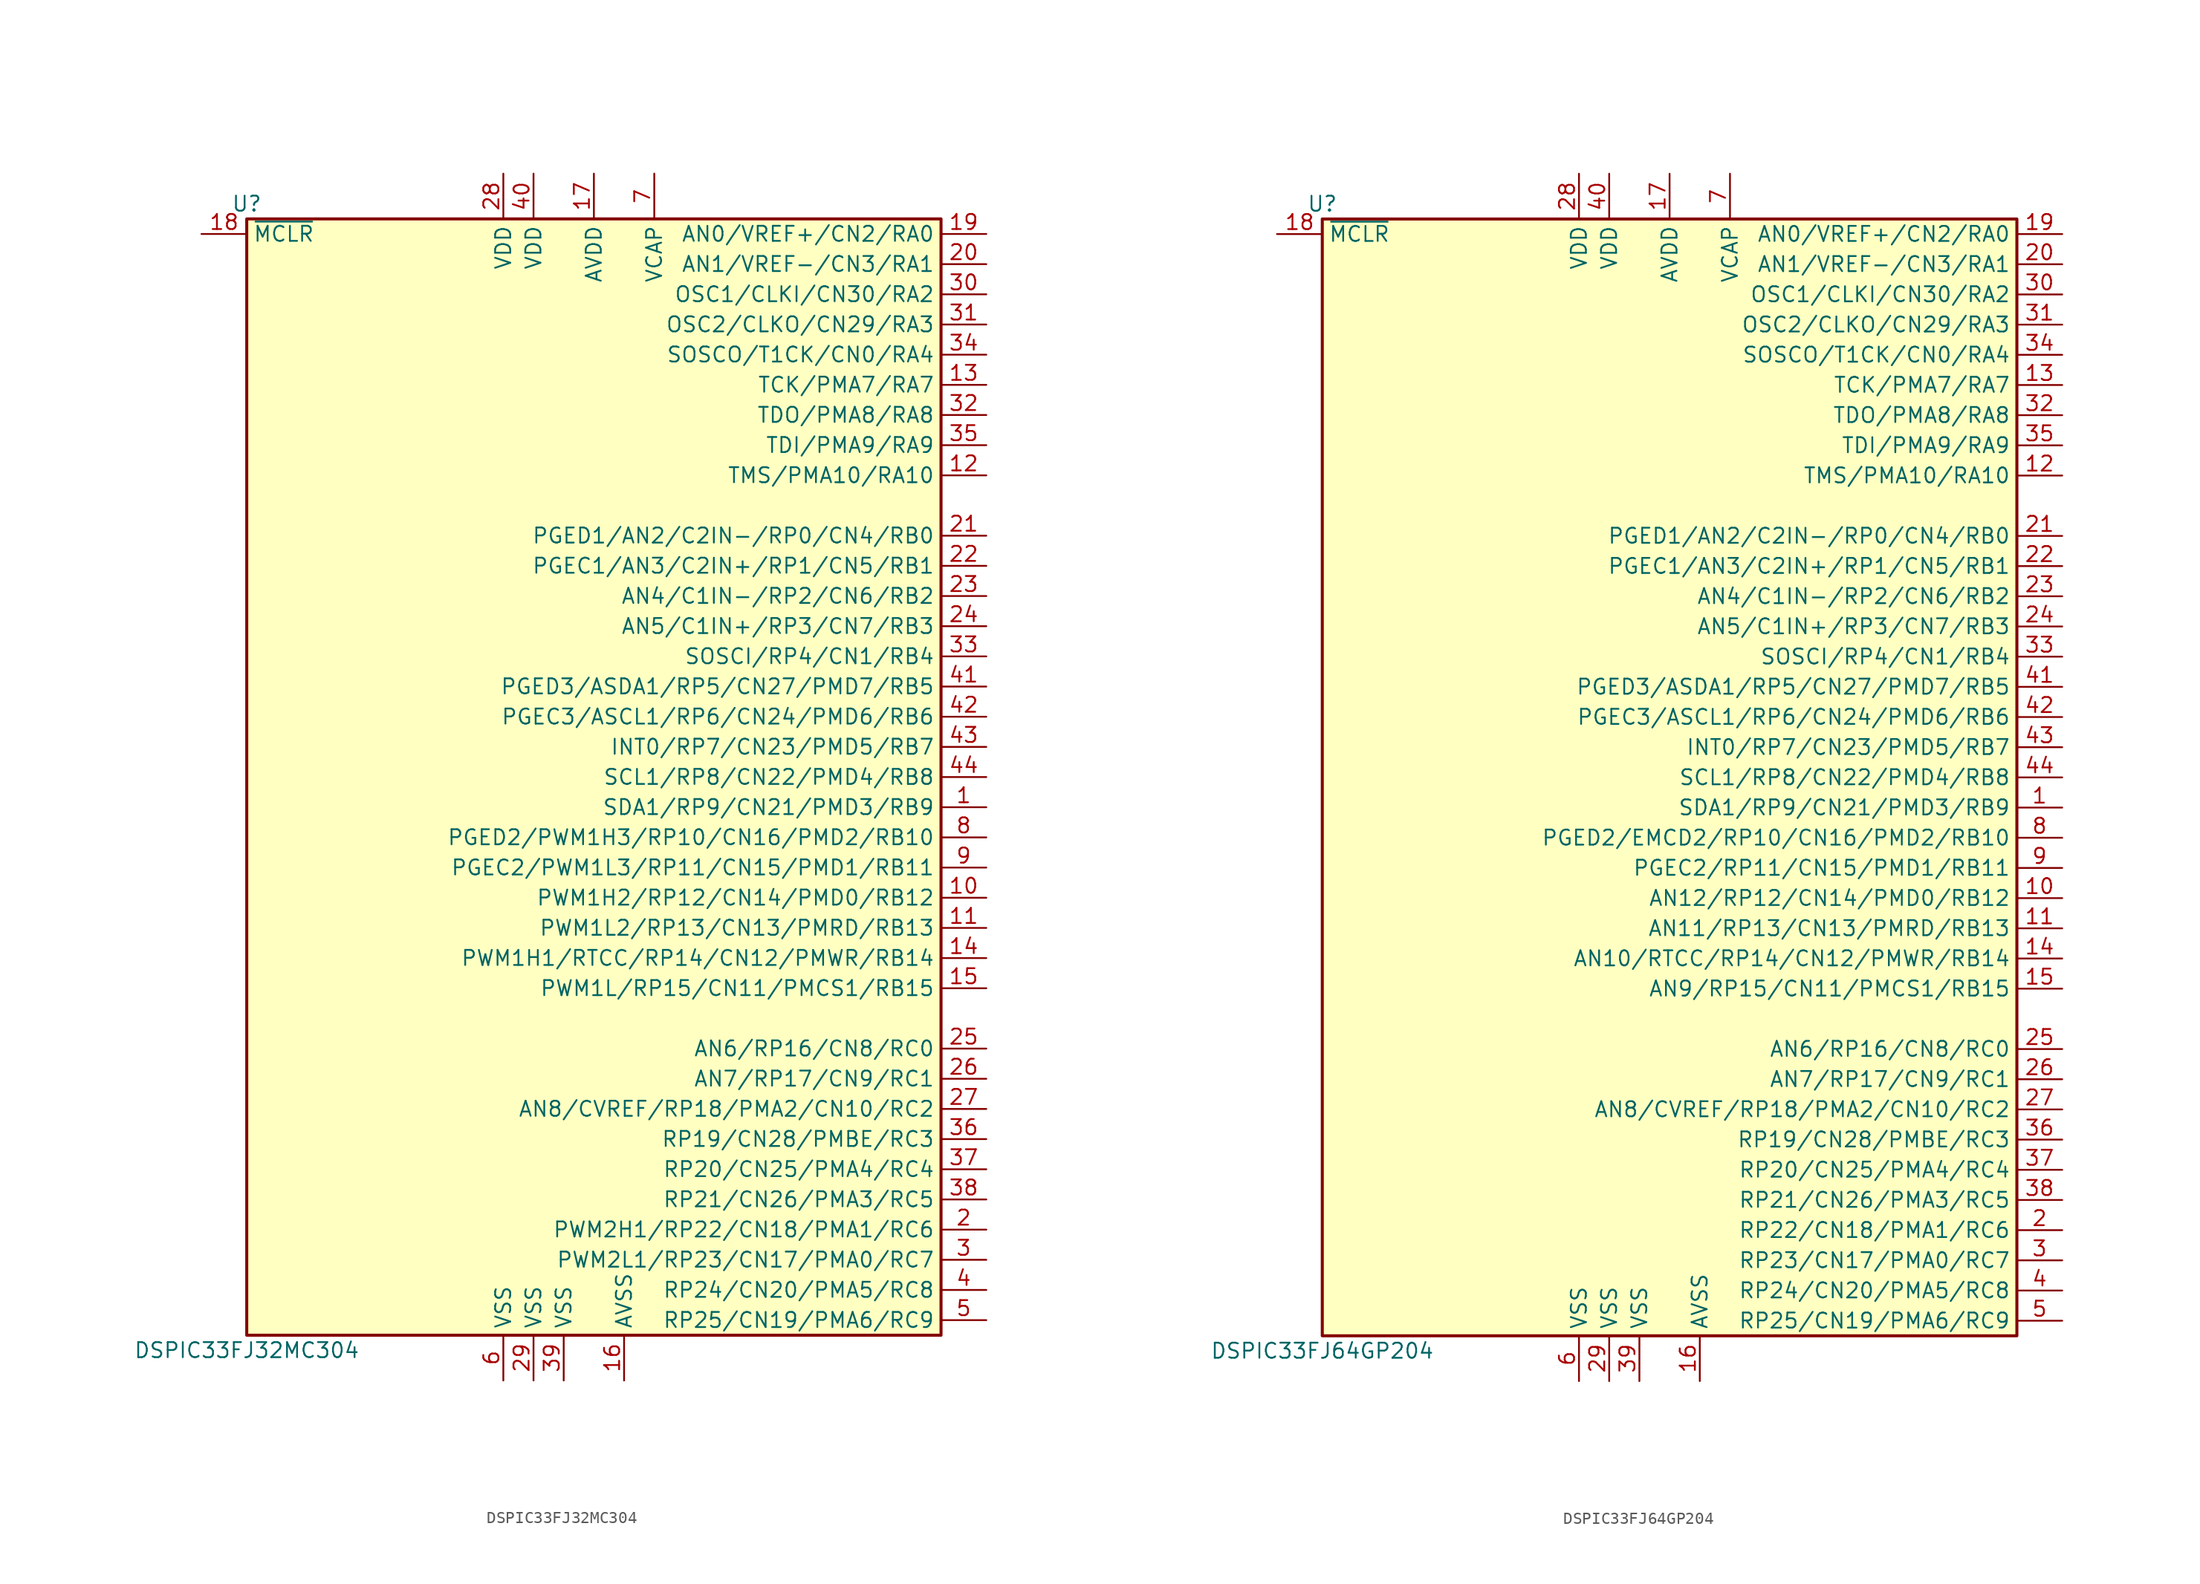
<source format=kicad_sym>
(kicad_symbol_lib
  (version 20211014)
  (generator kicad_symbol_editor)
  (symbol "DSPIC33FJ32MC304"
    (property "Reference" "U"
      (at -29.21 48.26 0)
      (effects (font (size 1.27 1.27))))
    (property "Value" "DSPIC33FJ32MC304"
      (at -29.21 -48.26 0)
      (effects (font (size 1.27 1.27))))
    (symbol "DSPIC33FJ32MC304_1_1"
      (rectangle (start -29.21 46.99) (end 29.21 -46.99) (stroke (width 0.254) (type default) (color 0 0 0 0)) (fill (type background)))
      (pin bidirectional line (at 33.02 -2.54 180) (length 3.81) (name "SDA1/RP9/CN21/PMD3/RB9" (effects (font (size 1.27 1.27)))) (number "1" (effects (font (size 1.27 1.27)))))
      (pin bidirectional line (at 33.02 -10.16 180) (length 3.81) (name "PWM1H2/RP12/CN14/PMD0/RB12" (effects (font (size 1.27 1.27)))) (number "10" (effects (font (size 1.27 1.27)))))
      (pin bidirectional line (at 33.02 -12.7 180) (length 3.81) (name "PWM1L2/RP13/CN13/PMRD/RB13" (effects (font (size 1.27 1.27)))) (number "11" (effects (font (size 1.27 1.27)))))
      (pin bidirectional line (at 33.02 25.4 180) (length 3.81) (name "TMS/PMA10/RA10" (effects (font (size 1.27 1.27)))) (number "12" (effects (font (size 1.27 1.27)))))
      (pin bidirectional line (at 33.02 33.02 180) (length 3.81) (name "TCK/PMA7/RA7" (effects (font (size 1.27 1.27)))) (number "13" (effects (font (size 1.27 1.27)))))
      (pin bidirectional line (at 33.02 -15.24 180) (length 3.81) (name "PWM1H1/RTCC/RP14/CN12/PMWR/RB14" (effects (font (size 1.27 1.27)))) (number "14" (effects (font (size 1.27 1.27)))))
      (pin bidirectional line (at 33.02 -17.78 180) (length 3.81) (name "PWM1L/RP15/CN11/PMCS1/RB15" (effects (font (size 1.27 1.27)))) (number "15" (effects (font (size 1.27 1.27)))))
      (pin power_in line (at 2.54 -50.8 90) (length 3.81) (name "AVSS" (effects (font (size 1.27 1.27)))) (number "16" (effects (font (size 1.27 1.27)))))
      (pin power_in line (at 0 50.8 270) (length 3.81) (name "AVDD" (effects (font (size 1.27 1.27)))) (number "17" (effects (font (size 1.27 1.27)))))
      (pin input line (at -33.02 45.72 0) (length 3.81) (name "~{MCLR}" (effects (font (size 1.27 1.27)))) (number "18" (effects (font (size 1.27 1.27)))))
      (pin bidirectional line (at 33.02 45.72 180) (length 3.81) (name "AN0/VREF+/CN2/RA0" (effects (font (size 1.27 1.27)))) (number "19" (effects (font (size 1.27 1.27)))))
      (pin bidirectional line (at 33.02 -38.1 180) (length 3.81) (name "PWM2H1/RP22/CN18/PMA1/RC6" (effects (font (size 1.27 1.27)))) (number "2" (effects (font (size 1.27 1.27)))))
      (pin bidirectional line (at 33.02 43.18 180) (length 3.81) (name "AN1/VREF-/CN3/RA1" (effects (font (size 1.27 1.27)))) (number "20" (effects (font (size 1.27 1.27)))))
      (pin bidirectional line (at 33.02 20.32 180) (length 3.81) (name "PGED1/AN2/C2IN-/RP0/CN4/RB0" (effects (font (size 1.27 1.27)))) (number "21" (effects (font (size 1.27 1.27)))))
      (pin bidirectional line (at 33.02 17.78 180) (length 3.81) (name "PGEC1/AN3/C2IN+/RP1/CN5/RB1" (effects (font (size 1.27 1.27)))) (number "22" (effects (font (size 1.27 1.27)))))
      (pin bidirectional line (at 33.02 15.24 180) (length 3.81) (name "AN4/C1IN-/RP2/CN6/RB2" (effects (font (size 1.27 1.27)))) (number "23" (effects (font (size 1.27 1.27)))))
      (pin bidirectional line (at 33.02 12.7 180) (length 3.81) (name "AN5/C1IN+/RP3/CN7/RB3" (effects (font (size 1.27 1.27)))) (number "24" (effects (font (size 1.27 1.27)))))
      (pin bidirectional line (at 33.02 -22.86 180) (length 3.81) (name "AN6/RP16/CN8/RC0" (effects (font (size 1.27 1.27)))) (number "25" (effects (font (size 1.27 1.27)))))
      (pin bidirectional line (at 33.02 -25.4 180) (length 3.81) (name "AN7/RP17/CN9/RC1" (effects (font (size 1.27 1.27)))) (number "26" (effects (font (size 1.27 1.27)))))
      (pin bidirectional line (at 33.02 -27.94 180) (length 3.81) (name "AN8/CVREF/RP18/PMA2/CN10/RC2" (effects (font (size 1.27 1.27)))) (number "27" (effects (font (size 1.27 1.27)))))
      (pin power_in line (at -7.62 50.8 270) (length 3.81) (name "VDD" (effects (font (size 1.27 1.27)))) (number "28" (effects (font (size 1.27 1.27)))))
      (pin power_in line (at -5.08 -50.8 90) (length 3.81) (name "VSS" (effects (font (size 1.27 1.27)))) (number "29" (effects (font (size 1.27 1.27)))))
      (pin bidirectional line (at 33.02 -40.64 180) (length 3.81) (name "PWM2L1/RP23/CN17/PMA0/RC7" (effects (font (size 1.27 1.27)))) (number "3" (effects (font (size 1.27 1.27)))))
      (pin input line (at 33.02 40.64 180) (length 3.81) (name "OSC1/CLKI/CN30/RA2" (effects (font (size 1.27 1.27)))) (number "30" (effects (font (size 1.27 1.27)))))
      (pin input line (at 33.02 38.1 180) (length 3.81) (name "OSC2/CLKO/CN29/RA3" (effects (font (size 1.27 1.27)))) (number "31" (effects (font (size 1.27 1.27)))))
      (pin input line (at 33.02 30.48 180) (length 3.81) (name "TDO/PMA8/RA8" (effects (font (size 1.27 1.27)))) (number "32" (effects (font (size 1.27 1.27)))))
      (pin input line (at 33.02 10.16 180) (length 3.81) (name "SOSCI/RP4/CN1/RB4" (effects (font (size 1.27 1.27)))) (number "33" (effects (font (size 1.27 1.27)))))
      (pin input line (at 33.02 35.56 180) (length 3.81) (name "SOSCO/T1CK/CN0/RA4" (effects (font (size 1.27 1.27)))) (number "34" (effects (font (size 1.27 1.27)))))
      (pin input line (at 33.02 27.94 180) (length 3.81) (name "TDI/PMA9/RA9" (effects (font (size 1.27 1.27)))) (number "35" (effects (font (size 1.27 1.27)))))
      (pin input line (at 33.02 -30.48 180) (length 3.81) (name "RP19/CN28/PMBE/RC3" (effects (font (size 1.27 1.27)))) (number "36" (effects (font (size 1.27 1.27)))))
      (pin input line (at 33.02 -33.02 180) (length 3.81) (name "RP20/CN25/PMA4/RC4" (effects (font (size 1.27 1.27)))) (number "37" (effects (font (size 1.27 1.27)))))
      (pin input line (at 33.02 -35.56 180) (length 3.81) (name "RP21/CN26/PMA3/RC5" (effects (font (size 1.27 1.27)))) (number "38" (effects (font (size 1.27 1.27)))))
      (pin power_in line (at -2.54 -50.8 90) (length 3.81) (name "VSS" (effects (font (size 1.27 1.27)))) (number "39" (effects (font (size 1.27 1.27)))))
      (pin bidirectional line (at 33.02 -43.18 180) (length 3.81) (name "RP24/CN20/PMA5/RC8" (effects (font (size 1.27 1.27)))) (number "4" (effects (font (size 1.27 1.27)))))
      (pin power_in line (at -5.08 50.8 270) (length 3.81) (name "VDD" (effects (font (size 1.27 1.27)))) (number "40" (effects (font (size 1.27 1.27)))))
      (pin input line (at 33.02 7.62 180) (length 3.81) (name "PGED3/ASDA1/RP5/CN27/PMD7/RB5" (effects (font (size 1.27 1.27)))) (number "41" (effects (font (size 1.27 1.27)))))
      (pin input line (at 33.02 5.08 180) (length 3.81) (name "PGEC3/ASCL1/RP6/CN24/PMD6/RB6" (effects (font (size 1.27 1.27)))) (number "42" (effects (font (size 1.27 1.27)))))
      (pin input line (at 33.02 2.54 180) (length 3.81) (name "INT0/RP7/CN23/PMD5/RB7" (effects (font (size 1.27 1.27)))) (number "43" (effects (font (size 1.27 1.27)))))
      (pin input line (at 33.02 0 180) (length 3.81) (name "SCL1/RP8/CN22/PMD4/RB8" (effects (font (size 1.27 1.27)))) (number "44" (effects (font (size 1.27 1.27)))))
      (pin bidirectional line (at 33.02 -45.72 180) (length 3.81) (name "RP25/CN19/PMA6/RC9" (effects (font (size 1.27 1.27)))) (number "5" (effects (font (size 1.27 1.27)))))
      (pin power_in line (at -7.62 -50.8 90) (length 3.81) (name "VSS" (effects (font (size 1.27 1.27)))) (number "6" (effects (font (size 1.27 1.27)))))
      (pin power_in line (at 5.08 50.8 270) (length 3.81) (name "VCAP" (effects (font (size 1.27 1.27)))) (number "7" (effects (font (size 1.27 1.27)))))
      (pin bidirectional line (at 33.02 -5.08 180) (length 3.81) (name "PGED2/PWM1H3/RP10/CN16/PMD2/RB10" (effects (font (size 1.27 1.27)))) (number "8" (effects (font (size 1.27 1.27)))))
      (pin bidirectional line (at 33.02 -7.62 180) (length 3.81) (name "PGEC2/PWM1L3/RP11/CN15/PMD1/RB11" (effects (font (size 1.27 1.27)))) (number "9" (effects (font (size 1.27 1.27)))))))
  (symbol "DSPIC33FJ64GP204"
    (property "Reference" "U"
      (at -29.21 48.26 0)
      (effects (font (size 1.27 1.27))))
    (property "Value" "DSPIC33FJ64GP204"
      (at -29.21 -48.26 0)
      (effects (font (size 1.27 1.27))))
    (symbol "DSPIC33FJ64GP204_1_1"
      (rectangle (start -29.21 46.99) (end 29.21 -46.99) (stroke (width 0.254) (type default) (color 0 0 0 0)) (fill (type background)))
      (pin bidirectional line (at 33.02 -2.54 180) (length 3.81) (name "SDA1/RP9/CN21/PMD3/RB9" (effects (font (size 1.27 1.27)))) (number "1" (effects (font (size 1.27 1.27)))))
      (pin bidirectional line (at 33.02 -10.16 180) (length 3.81) (name "AN12/RP12/CN14/PMD0/RB12" (effects (font (size 1.27 1.27)))) (number "10" (effects (font (size 1.27 1.27)))))
      (pin bidirectional line (at 33.02 -12.7 180) (length 3.81) (name "AN11/RP13/CN13/PMRD/RB13" (effects (font (size 1.27 1.27)))) (number "11" (effects (font (size 1.27 1.27)))))
      (pin bidirectional line (at 33.02 25.4 180) (length 3.81) (name "TMS/PMA10/RA10" (effects (font (size 1.27 1.27)))) (number "12" (effects (font (size 1.27 1.27)))))
      (pin bidirectional line (at 33.02 33.02 180) (length 3.81) (name "TCK/PMA7/RA7" (effects (font (size 1.27 1.27)))) (number "13" (effects (font (size 1.27 1.27)))))
      (pin bidirectional line (at 33.02 -15.24 180) (length 3.81) (name "AN10/RTCC/RP14/CN12/PMWR/RB14" (effects (font (size 1.27 1.27)))) (number "14" (effects (font (size 1.27 1.27)))))
      (pin bidirectional line (at 33.02 -17.78 180) (length 3.81) (name "AN9/RP15/CN11/PMCS1/RB15" (effects (font (size 1.27 1.27)))) (number "15" (effects (font (size 1.27 1.27)))))
      (pin power_in line (at 2.54 -50.8 90) (length 3.81) (name "AVSS" (effects (font (size 1.27 1.27)))) (number "16" (effects (font (size 1.27 1.27)))))
      (pin power_in line (at 0 50.8 270) (length 3.81) (name "AVDD" (effects (font (size 1.27 1.27)))) (number "17" (effects (font (size 1.27 1.27)))))
      (pin input line (at -33.02 45.72 0) (length 3.81) (name "~{MCLR}" (effects (font (size 1.27 1.27)))) (number "18" (effects (font (size 1.27 1.27)))))
      (pin bidirectional line (at 33.02 45.72 180) (length 3.81) (name "AN0/VREF+/CN2/RA0" (effects (font (size 1.27 1.27)))) (number "19" (effects (font (size 1.27 1.27)))))
      (pin bidirectional line (at 33.02 -38.1 180) (length 3.81) (name "RP22/CN18/PMA1/RC6" (effects (font (size 1.27 1.27)))) (number "2" (effects (font (size 1.27 1.27)))))
      (pin bidirectional line (at 33.02 43.18 180) (length 3.81) (name "AN1/VREF-/CN3/RA1" (effects (font (size 1.27 1.27)))) (number "20" (effects (font (size 1.27 1.27)))))
      (pin bidirectional line (at 33.02 20.32 180) (length 3.81) (name "PGED1/AN2/C2IN-/RP0/CN4/RB0" (effects (font (size 1.27 1.27)))) (number "21" (effects (font (size 1.27 1.27)))))
      (pin bidirectional line (at 33.02 17.78 180) (length 3.81) (name "PGEC1/AN3/C2IN+/RP1/CN5/RB1" (effects (font (size 1.27 1.27)))) (number "22" (effects (font (size 1.27 1.27)))))
      (pin bidirectional line (at 33.02 15.24 180) (length 3.81) (name "AN4/C1IN-/RP2/CN6/RB2" (effects (font (size 1.27 1.27)))) (number "23" (effects (font (size 1.27 1.27)))))
      (pin bidirectional line (at 33.02 12.7 180) (length 3.81) (name "AN5/C1IN+/RP3/CN7/RB3" (effects (font (size 1.27 1.27)))) (number "24" (effects (font (size 1.27 1.27)))))
      (pin bidirectional line (at 33.02 -22.86 180) (length 3.81) (name "AN6/RP16/CN8/RC0" (effects (font (size 1.27 1.27)))) (number "25" (effects (font (size 1.27 1.27)))))
      (pin bidirectional line (at 33.02 -25.4 180) (length 3.81) (name "AN7/RP17/CN9/RC1" (effects (font (size 1.27 1.27)))) (number "26" (effects (font (size 1.27 1.27)))))
      (pin bidirectional line (at 33.02 -27.94 180) (length 3.81) (name "AN8/CVREF/RP18/PMA2/CN10/RC2" (effects (font (size 1.27 1.27)))) (number "27" (effects (font (size 1.27 1.27)))))
      (pin power_in line (at -7.62 50.8 270) (length 3.81) (name "VDD" (effects (font (size 1.27 1.27)))) (number "28" (effects (font (size 1.27 1.27)))))
      (pin power_in line (at -5.08 -50.8 90) (length 3.81) (name "VSS" (effects (font (size 1.27 1.27)))) (number "29" (effects (font (size 1.27 1.27)))))
      (pin bidirectional line (at 33.02 -40.64 180) (length 3.81) (name "RP23/CN17/PMA0/RC7" (effects (font (size 1.27 1.27)))) (number "3" (effects (font (size 1.27 1.27)))))
      (pin input line (at 33.02 40.64 180) (length 3.81) (name "OSC1/CLKI/CN30/RA2" (effects (font (size 1.27 1.27)))) (number "30" (effects (font (size 1.27 1.27)))))
      (pin input line (at 33.02 38.1 180) (length 3.81) (name "OSC2/CLKO/CN29/RA3" (effects (font (size 1.27 1.27)))) (number "31" (effects (font (size 1.27 1.27)))))
      (pin input line (at 33.02 30.48 180) (length 3.81) (name "TDO/PMA8/RA8" (effects (font (size 1.27 1.27)))) (number "32" (effects (font (size 1.27 1.27)))))
      (pin input line (at 33.02 10.16 180) (length 3.81) (name "SOSCI/RP4/CN1/RB4" (effects (font (size 1.27 1.27)))) (number "33" (effects (font (size 1.27 1.27)))))
      (pin input line (at 33.02 35.56 180) (length 3.81) (name "SOSCO/T1CK/CN0/RA4" (effects (font (size 1.27 1.27)))) (number "34" (effects (font (size 1.27 1.27)))))
      (pin input line (at 33.02 27.94 180) (length 3.81) (name "TDI/PMA9/RA9" (effects (font (size 1.27 1.27)))) (number "35" (effects (font (size 1.27 1.27)))))
      (pin input line (at 33.02 -30.48 180) (length 3.81) (name "RP19/CN28/PMBE/RC3" (effects (font (size 1.27 1.27)))) (number "36" (effects (font (size 1.27 1.27)))))
      (pin input line (at 33.02 -33.02 180) (length 3.81) (name "RP20/CN25/PMA4/RC4" (effects (font (size 1.27 1.27)))) (number "37" (effects (font (size 1.27 1.27)))))
      (pin input line (at 33.02 -35.56 180) (length 3.81) (name "RP21/CN26/PMA3/RC5" (effects (font (size 1.27 1.27)))) (number "38" (effects (font (size 1.27 1.27)))))
      (pin power_in line (at -2.54 -50.8 90) (length 3.81) (name "VSS" (effects (font (size 1.27 1.27)))) (number "39" (effects (font (size 1.27 1.27)))))
      (pin bidirectional line (at 33.02 -43.18 180) (length 3.81) (name "RP24/CN20/PMA5/RC8" (effects (font (size 1.27 1.27)))) (number "4" (effects (font (size 1.27 1.27)))))
      (pin power_in line (at -5.08 50.8 270) (length 3.81) (name "VDD" (effects (font (size 1.27 1.27)))) (number "40" (effects (font (size 1.27 1.27)))))
      (pin input line (at 33.02 7.62 180) (length 3.81) (name "PGED3/ASDA1/RP5/CN27/PMD7/RB5" (effects (font (size 1.27 1.27)))) (number "41" (effects (font (size 1.27 1.27)))))
      (pin input line (at 33.02 5.08 180) (length 3.81) (name "PGEC3/ASCL1/RP6/CN24/PMD6/RB6" (effects (font (size 1.27 1.27)))) (number "42" (effects (font (size 1.27 1.27)))))
      (pin input line (at 33.02 2.54 180) (length 3.81) (name "INT0/RP7/CN23/PMD5/RB7" (effects (font (size 1.27 1.27)))) (number "43" (effects (font (size 1.27 1.27)))))
      (pin input line (at 33.02 0 180) (length 3.81) (name "SCL1/RP8/CN22/PMD4/RB8" (effects (font (size 1.27 1.27)))) (number "44" (effects (font (size 1.27 1.27)))))
      (pin bidirectional line (at 33.02 -45.72 180) (length 3.81) (name "RP25/CN19/PMA6/RC9" (effects (font (size 1.27 1.27)))) (number "5" (effects (font (size 1.27 1.27)))))
      (pin power_in line (at -7.62 -50.8 90) (length 3.81) (name "VSS" (effects (font (size 1.27 1.27)))) (number "6" (effects (font (size 1.27 1.27)))))
      (pin power_in line (at 5.08 50.8 270) (length 3.81) (name "VCAP" (effects (font (size 1.27 1.27)))) (number "7" (effects (font (size 1.27 1.27)))))
      (pin bidirectional line (at 33.02 -5.08 180) (length 3.81) (name "PGED2/EMCD2/RP10/CN16/PMD2/RB10" (effects (font (size 1.27 1.27)))) (number "8" (effects (font (size 1.27 1.27)))))
      (pin bidirectional line (at 33.02 -7.62 180) (length 3.81) (name "PGEC2/RP11/CN15/PMD1/RB11" (effects (font (size 1.27 1.27)))) (number "9" (effects (font (size 1.27 1.27))))))))
</source>
